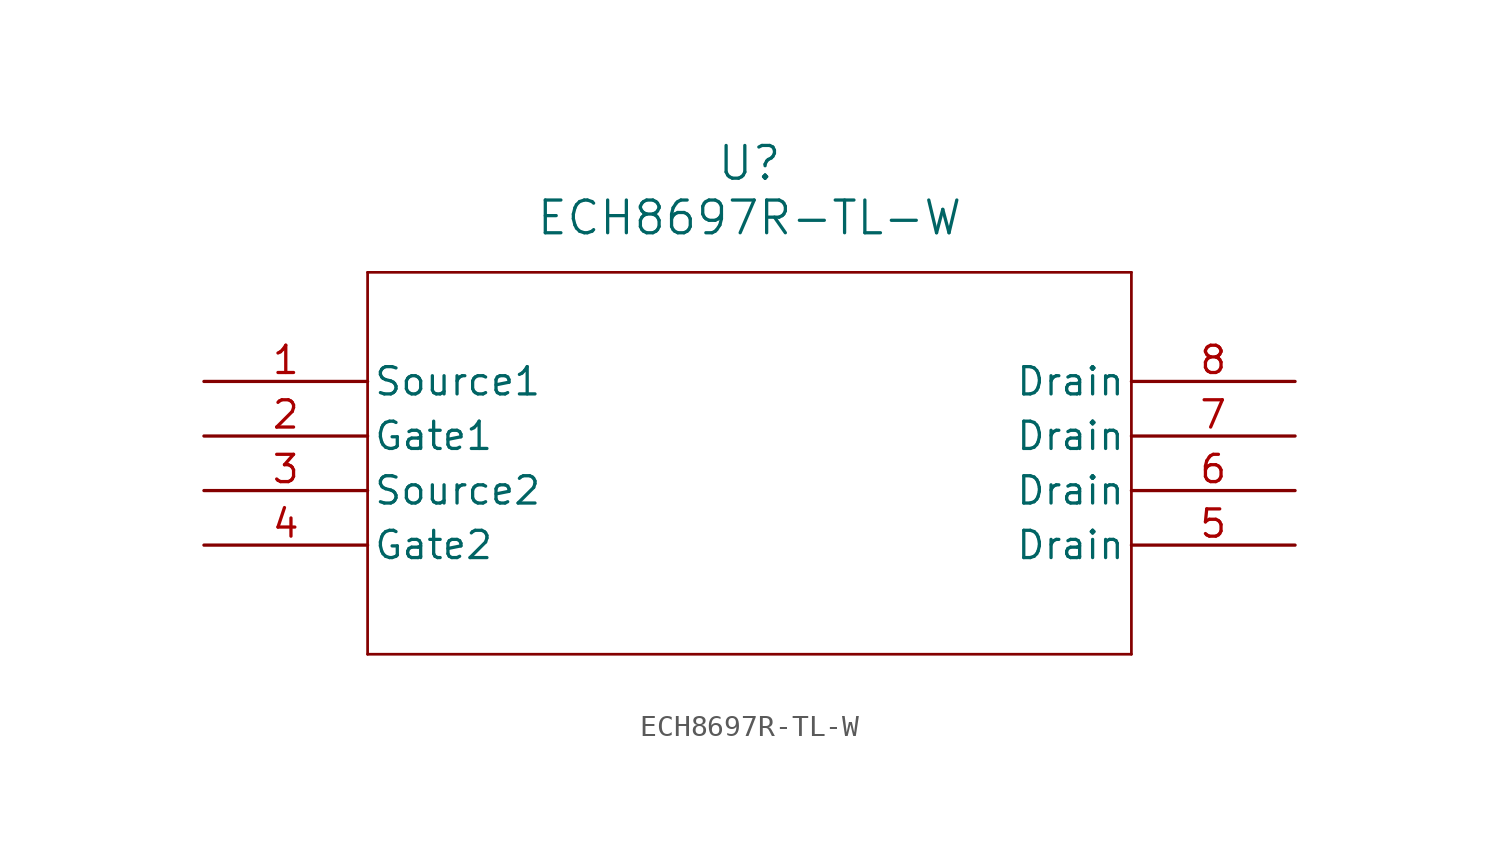
<source format=kicad_sym>
(kicad_symbol_lib
  (version 20211014)
  (generator kicad_symbol_editor)
  (symbol "ECH8697R-TL-W"
    (pin_names
      (offset 0.254))
    (property "Reference" "U"
      (at 25.4 10.16 0)
      (effects (font (size 1.524 1.524))))
    (property "Value" "ECH8697R-TL-W"
      (at 25.4 7.62 0)
      (effects (font (size 1.524 1.524))))
    (symbol "ECH8697R-TL-W_0_1"
      (polyline (pts (xy 7.62 5.08) (xy 7.62 -12.7)) (stroke (width 0.127) (type default) (color 0 0 0 0)) (fill (type none)))
      (polyline (pts (xy 7.62 -12.7) (xy 43.18 -12.7)) (stroke (width 0.127) (type default) (color 0 0 0 0)) (fill (type none)))
      (polyline (pts (xy 43.18 -12.7) (xy 43.18 5.08)) (stroke (width 0.127) (type default) (color 0 0 0 0)) (fill (type none)))
      (polyline (pts (xy 43.18 5.08) (xy 7.62 5.08)) (stroke (width 0.127) (type default) (color 0 0 0 0)) (fill (type none)))
      (pin bidirectional line (at 0 0 0) (length 7.62) (name "Source1" (effects (font (size 1.27 1.27)))) (number "1" (effects (font (size 1.27 1.27)))))
      (pin bidirectional line (at 0 -2.54 0) (length 7.62) (name "Gate1" (effects (font (size 1.27 1.27)))) (number "2" (effects (font (size 1.27 1.27)))))
      (pin unspecified line (at 0 -5.08 0) (length 7.62) (name "Source2" (effects (font (size 1.27 1.27)))) (number "3" (effects (font (size 1.27 1.27)))))
      (pin bidirectional line (at 0 -7.62 0) (length 7.62) (name "Gate2" (effects (font (size 1.27 1.27)))) (number "4" (effects (font (size 1.27 1.27)))))
      (pin unspecified line (at 50.8 -7.62 180) (length 7.62) (name "Drain" (effects (font (size 1.27 1.27)))) (number "5" (effects (font (size 1.27 1.27)))))
      (pin unspecified line (at 50.8 -5.08 180) (length 7.62) (name "Drain" (effects (font (size 1.27 1.27)))) (number "6" (effects (font (size 1.27 1.27)))))
      (pin unspecified line (at 50.8 -2.54 180) (length 7.62) (name "Drain" (effects (font (size 1.27 1.27)))) (number "7" (effects (font (size 1.27 1.27)))))
      (pin unspecified line (at 50.8 0 180) (length 7.62) (name "Drain" (effects (font (size 1.27 1.27)))) (number "8" (effects (font (size 1.27 1.27))))))))
</source>
